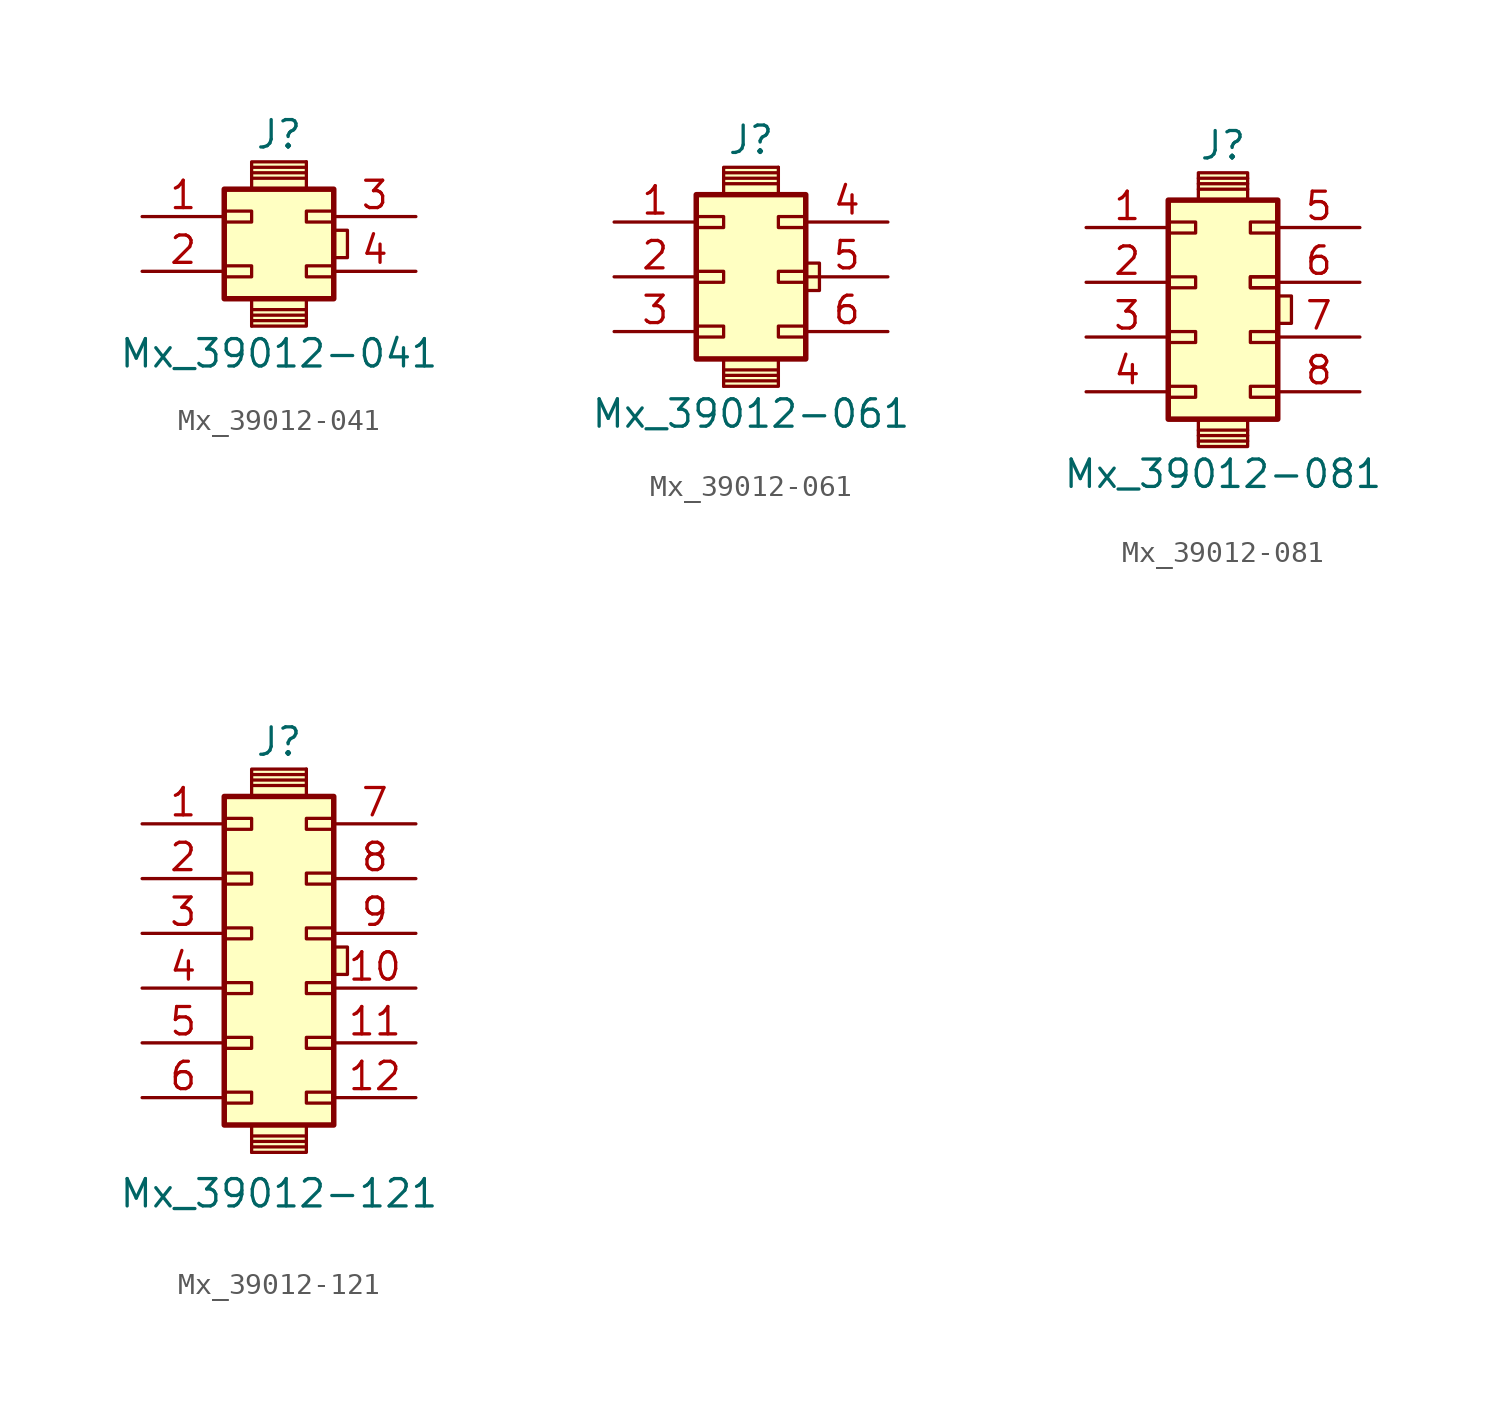
<source format=kicad_sym>
(kicad_symbol_lib
  (version 20220914)
  (generator kicad_symbol_editor)
  (symbol "Mx_39012-041"
    (pin_names
      (offset 1.016) hide)
    (property "Reference" "J"
      (at 0 5.08 0)
      (effects (font (size 1.27 1.27))))
    (property "Value" "Mx_39012-041"
      (at 0 -5.08 0)
      (effects (font (size 1.27 1.27))))
    (symbol "Mx_39012-041_0_1"
      (rectangle (start -2.54 -1.016) (end -1.27 -1.524) (stroke (width 0.152) (type default)) (fill (type none)))
      (rectangle (start -2.54 1.524) (end -1.27 1.016) (stroke (width 0.152) (type default)) (fill (type none)))
      (rectangle (start -1.27 -3.81) (end -1.27 -3.81) (stroke (width 0.152) (type default)) (fill (type none)))
      (rectangle (start -1.27 3.81) (end 1.27 2.54) (stroke (width 0.152) (type default)) (fill (type background)))
      (polyline (pts (xy -1.27 3.048) (xy 1.27 3.048)) (stroke (width 0.152) (type default)) (fill (type none)))
      (polyline (pts (xy -1.27 3.302) (xy 1.27 3.302)) (stroke (width 0.152) (type default)) (fill (type none)))
      (polyline (pts (xy -1.27 3.556) (xy 1.27 3.556)) (stroke (width 0.152) (type default)) (fill (type none)))
      (polyline (pts (xy 1.27 -3.556) (xy -1.27 -3.556)) (stroke (width 0.152) (type default)) (fill (type none)))
      (polyline (pts (xy 1.27 -3.302) (xy -1.27 -3.302)) (stroke (width 0.152) (type default)) (fill (type none)))
      (polyline (pts (xy 1.27 -3.048) (xy -1.27 -3.048)) (stroke (width 0.152) (type default)) (fill (type none)))
      (rectangle (start 1.27 -3.81) (end -1.27 -2.54) (stroke (width 0.152) (type default)) (fill (type background)))
      (rectangle (start 1.27 -1.016) (end 2.54 -1.524) (stroke (width 0.152) (type default)) (fill (type none)))
      (rectangle (start 1.27 1.524) (end 2.54 1.016) (stroke (width 0.152) (type default)) (fill (type none)))
      (rectangle (start 1.27 3.81) (end 1.27 3.81) (stroke (width 0.152) (type default)) (fill (type none)))
      (rectangle (start 2.54 -0.635) (end 3.175 0.635) (stroke (width 0) (type default)) (fill (type background))))
    (symbol "Mx_39012-041_1_1"
      (rectangle (start -2.54 2.54) (end 2.54 -2.54) (stroke (width 0.254) (type default)) (fill (type background)))
      (pin passive line (at -6.35 1.27 0) (length 3.81) (name "Pin_1" (effects (font (size 1.27 1.27)))) (number "1" (effects (font (size 1.27 1.27)))))
      (pin passive line (at -6.35 -1.27 0) (length 3.81) (name "Pin_2" (effects (font (size 1.27 1.27)))) (number "2" (effects (font (size 1.27 1.27)))))
      (pin passive line (at 6.35 1.27 180) (length 3.81) (name "Pin_3" (effects (font (size 1.27 1.27)))) (number "3" (effects (font (size 1.27 1.27)))))
      (pin passive line (at 6.35 -1.27 180) (length 3.81) (name "Pin_4" (effects (font (size 1.27 1.27)))) (number "4" (effects (font (size 1.27 1.27)))))))
  (symbol "Mx_39012-061"
    (pin_names
      (offset 1.016) hide)
    (property "Reference" "J"
      (at 0 6.35 0)
      (effects (font (size 1.27 1.27))))
    (property "Value" "Mx_39012-061"
      (at 0 -6.35 0)
      (effects (font (size 1.27 1.27))))
    (symbol "Mx_39012-061_0_1"
      (rectangle (start -2.54 -2.286) (end -1.27 -2.794) (stroke (width 0.152) (type default)) (fill (type none)))
      (rectangle (start -2.54 0.254) (end -1.27 -0.254) (stroke (width 0.152) (type default)) (fill (type none)))
      (rectangle (start -2.54 2.794) (end -1.27 2.286) (stroke (width 0.152) (type default)) (fill (type none)))
      (rectangle (start -1.27 -5.08) (end -1.27 -5.08) (stroke (width 0.152) (type default)) (fill (type none)))
      (rectangle (start -1.27 5.08) (end 1.27 3.81) (stroke (width 0.152) (type default)) (fill (type background)))
      (polyline (pts (xy -1.27 4.318) (xy 1.27 4.318)) (stroke (width 0.152) (type default)) (fill (type none)))
      (polyline (pts (xy -1.27 4.572) (xy 1.27 4.572)) (stroke (width 0.152) (type default)) (fill (type none)))
      (polyline (pts (xy -1.27 4.826) (xy 1.27 4.826)) (stroke (width 0.152) (type default)) (fill (type none)))
      (polyline (pts (xy 1.27 -4.826) (xy -1.27 -4.826)) (stroke (width 0.152) (type default)) (fill (type none)))
      (polyline (pts (xy 1.27 -4.572) (xy -1.27 -4.572)) (stroke (width 0.152) (type default)) (fill (type none)))
      (polyline (pts (xy 1.27 -4.318) (xy -1.27 -4.318)) (stroke (width 0.152) (type default)) (fill (type none)))
      (rectangle (start 1.27 -5.08) (end -1.27 -3.81) (stroke (width 0.152) (type default)) (fill (type background)))
      (rectangle (start 1.27 -2.286) (end 2.54 -2.794) (stroke (width 0.152) (type default)) (fill (type none)))
      (rectangle (start 1.27 0.254) (end 2.54 -0.254) (stroke (width 0.152) (type default)) (fill (type none)))
      (rectangle (start 1.27 2.794) (end 2.54 2.286) (stroke (width 0.152) (type default)) (fill (type none)))
      (rectangle (start 1.27 5.08) (end 1.27 5.08) (stroke (width 0.152) (type default)) (fill (type none)))
      (rectangle (start 2.54 -0.635) (end 3.175 0.635) (stroke (width 0) (type default)) (fill (type background))))
    (symbol "Mx_39012-061_1_1"
      (rectangle (start -2.54 3.81) (end 2.54 -3.81) (stroke (width 0.254) (type default)) (fill (type background)))
      (pin passive line (at -6.35 2.54 0) (length 3.81) (name "Pin_1" (effects (font (size 1.27 1.27)))) (number "1" (effects (font (size 1.27 1.27)))))
      (pin passive line (at -6.35 0 0) (length 3.81) (name "Pin_2" (effects (font (size 1.27 1.27)))) (number "2" (effects (font (size 1.27 1.27)))))
      (pin passive line (at -6.35 -2.54 0) (length 3.81) (name "Pin_3" (effects (font (size 1.27 1.27)))) (number "3" (effects (font (size 1.27 1.27)))))
      (pin passive line (at 6.35 2.54 180) (length 3.81) (name "Pin_4" (effects (font (size 1.27 1.27)))) (number "4" (effects (font (size 1.27 1.27)))))
      (pin passive line (at 6.35 0 180) (length 3.81) (name "Pin_5" (effects (font (size 1.27 1.27)))) (number "5" (effects (font (size 1.27 1.27)))))
      (pin passive line (at 6.35 -2.54 180) (length 3.81) (name "Pin_6" (effects (font (size 1.27 1.27)))) (number "6" (effects (font (size 1.27 1.27)))))))
  (symbol "Mx_39012-081"
    (pin_names
      (offset 1.016) hide)
    (property "Reference" "J"
      (at 0 7.62 0)
      (effects (font (size 1.27 1.27))))
    (property "Value" "Mx_39012-081"
      (at 0 -7.62 0)
      (effects (font (size 1.27 1.27))))
    (symbol "Mx_39012-081_0_1"
      (rectangle (start -1.143 5.08) (end 1.143 6.35) (stroke (width 0) (type default)) (fill (type background)))
      (polyline (pts (xy -1.143 5.588) (xy 1.143 5.588)) (stroke (width 0) (type default)) (fill (type none)))
      (polyline (pts (xy -1.143 5.842) (xy 1.143 5.842)) (stroke (width 0) (type default)) (fill (type none)))
      (polyline (pts (xy -1.143 6.096) (xy 1.143 6.096)) (stroke (width 0) (type default)) (fill (type none)))
      (rectangle (start 3.175 0.635) (end 2.54 -0.635) (stroke (width 0) (type default)) (fill (type background))))
    (symbol "Mx_39012-081_1_1"
      (rectangle (start -2.54 -3.556) (end -1.27 -4.064) (stroke (width 0) (type default)) (fill (type none)))
      (rectangle (start -2.54 -1.016) (end -1.27 -1.524) (stroke (width 0) (type default)) (fill (type none)))
      (rectangle (start -2.54 1.524) (end -1.27 1.016) (stroke (width 0) (type default)) (fill (type none)))
      (rectangle (start -2.54 4.064) (end -1.27 3.556) (stroke (width 0) (type default)) (fill (type none)))
      (rectangle (start -2.54 5.08) (end 2.54 -5.08) (stroke (width 0.254) (type default)) (fill (type background)))
      (polyline (pts (xy 1.143 -6.096) (xy -1.143 -6.096)) (stroke (width 0) (type default)) (fill (type none)))
      (polyline (pts (xy 1.143 -5.842) (xy -1.143 -5.842)) (stroke (width 0) (type default)) (fill (type none)))
      (polyline (pts (xy 1.143 -5.588) (xy -1.143 -5.588)) (stroke (width 0) (type default)) (fill (type none)))
      (rectangle (start 1.143 -5.08) (end -1.143 -6.35) (stroke (width 0) (type default)) (fill (type background)))
      (rectangle (start 1.27 -3.556) (end 2.54 -4.064) (stroke (width 0) (type default)) (fill (type none)))
      (rectangle (start 1.27 -1.016) (end 2.54 -1.524) (stroke (width 0) (type default)) (fill (type none)))
      (rectangle (start 1.27 1.524) (end 2.54 1.016) (stroke (width 0) (type default)) (fill (type none)))
      (rectangle (start 1.27 1.524) (end 2.54 1.016) (stroke (width 0) (type default)) (fill (type none)))
      (rectangle (start 1.27 4.064) (end 2.54 3.556) (stroke (width 0) (type default)) (fill (type none)))
      (pin passive line (at -6.35 3.81 0) (length 3.81) (name "Pin_1" (effects (font (size 1.27 1.27)))) (number "1" (effects (font (size 1.27 1.27)))))
      (pin passive line (at -6.35 1.27 0) (length 3.81) (name "Pin_2" (effects (font (size 1.27 1.27)))) (number "2" (effects (font (size 1.27 1.27)))))
      (pin passive line (at -6.35 -1.27 0) (length 3.81) (name "Pin_3" (effects (font (size 1.27 1.27)))) (number "3" (effects (font (size 1.27 1.27)))))
      (pin passive line (at -6.35 -3.81 0) (length 3.81) (name "Pin_4" (effects (font (size 1.27 1.27)))) (number "4" (effects (font (size 1.27 1.27)))))
      (pin passive line (at 6.35 3.81 180) (length 3.81) (name "Pin_5" (effects (font (size 1.27 1.27)))) (number "5" (effects (font (size 1.27 1.27)))))
      (pin passive line (at 6.35 1.27 180) (length 3.81) (name "Pin_6" (effects (font (size 1.27 1.27)))) (number "6" (effects (font (size 1.27 1.27)))))
      (pin passive line (at 6.35 -1.27 180) (length 3.81) (name "Pin_7" (effects (font (size 1.27 1.27)))) (number "7" (effects (font (size 1.27 1.27)))))
      (pin passive line (at 6.35 -3.81 180) (length 3.81) (name "Pin_8" (effects (font (size 1.27 1.27)))) (number "8" (effects (font (size 1.27 1.27)))))))
  (symbol "Mx_39012-121"
    (pin_names
      (offset 1.016) hide)
    (property "Reference" "J"
      (at 0 8.89 0)
      (effects (font (size 1.27 1.27))))
    (property "Value" "Mx_39012-121"
      (at 0 -12.065 0)
      (effects (font (size 1.27 1.27))))
    (symbol "Mx_39012-121_0_1"
      (rectangle (start -2.54 -7.366) (end -1.27 -7.874) (stroke (width 0.152) (type default)) (fill (type none)))
      (rectangle (start -2.54 -4.826) (end -1.27 -5.334) (stroke (width 0.152) (type default)) (fill (type none)))
      (rectangle (start -2.54 -2.286) (end -1.27 -2.794) (stroke (width 0.152) (type default)) (fill (type none)))
      (rectangle (start -2.54 0.254) (end -1.27 -0.254) (stroke (width 0.152) (type default)) (fill (type none)))
      (rectangle (start -2.54 2.794) (end -1.27 2.286) (stroke (width 0.152) (type default)) (fill (type none)))
      (rectangle (start -2.54 5.334) (end -1.27 4.826) (stroke (width 0.152) (type default)) (fill (type none)))
      (rectangle (start -1.27 -10.16) (end -1.27 -10.16) (stroke (width 0.152) (type default)) (fill (type none)))
      (rectangle (start -1.27 7.62) (end 1.27 6.35) (stroke (width 0.152) (type default)) (fill (type background)))
      (polyline (pts (xy -1.27 6.858) (xy 1.27 6.858)) (stroke (width 0.152) (type default)) (fill (type none)))
      (polyline (pts (xy -1.27 7.112) (xy 1.27 7.112)) (stroke (width 0.152) (type default)) (fill (type none)))
      (polyline (pts (xy -1.27 7.366) (xy 1.27 7.366)) (stroke (width 0.152) (type default)) (fill (type none)))
      (polyline (pts (xy 1.27 -9.906) (xy -1.27 -9.906)) (stroke (width 0.152) (type default)) (fill (type none)))
      (polyline (pts (xy 1.27 -9.652) (xy -1.27 -9.652)) (stroke (width 0.152) (type default)) (fill (type none)))
      (polyline (pts (xy 1.27 -9.398) (xy -1.27 -9.398)) (stroke (width 0.152) (type default)) (fill (type none)))
      (rectangle (start 1.27 -10.16) (end -1.27 -8.89) (stroke (width 0.152) (type default)) (fill (type background)))
      (rectangle (start 1.27 -7.366) (end 2.54 -7.874) (stroke (width 0.152) (type default)) (fill (type none)))
      (rectangle (start 1.27 -4.826) (end 2.54 -5.334) (stroke (width 0.152) (type default)) (fill (type none)))
      (rectangle (start 1.27 -2.286) (end 2.54 -2.794) (stroke (width 0.152) (type default)) (fill (type none)))
      (rectangle (start 1.27 0.254) (end 2.54 -0.254) (stroke (width 0.152) (type default)) (fill (type none)))
      (rectangle (start 1.27 2.794) (end 2.54 2.286) (stroke (width 0.152) (type default)) (fill (type none)))
      (rectangle (start 1.27 5.334) (end 2.54 4.826) (stroke (width 0.152) (type default)) (fill (type none)))
      (rectangle (start 1.27 7.62) (end 1.27 7.62) (stroke (width 0.152) (type default)) (fill (type none)))
      (rectangle (start 2.54 -1.905) (end 3.175 -0.635) (stroke (width 0) (type default)) (fill (type background))))
    (symbol "Mx_39012-121_1_1"
      (rectangle (start -2.54 6.35) (end 2.54 -8.89) (stroke (width 0.254) (type default)) (fill (type background)))
      (pin passive line (at -6.35 5.08 0) (length 3.81) (name "Pin_1" (effects (font (size 1.27 1.27)))) (number "1" (effects (font (size 1.27 1.27)))))
      (pin passive line (at 6.35 -2.54 180) (length 3.81) (name "Pin_10" (effects (font (size 1.27 1.27)))) (number "10" (effects (font (size 1.27 1.27)))))
      (pin passive line (at 6.35 -5.08 180) (length 3.81) (name "Pin_11" (effects (font (size 1.27 1.27)))) (number "11" (effects (font (size 1.27 1.27)))))
      (pin passive line (at 6.35 -7.62 180) (length 3.81) (name "Pin_12" (effects (font (size 1.27 1.27)))) (number "12" (effects (font (size 1.27 1.27)))))
      (pin passive line (at -6.35 2.54 0) (length 3.81) (name "Pin_2" (effects (font (size 1.27 1.27)))) (number "2" (effects (font (size 1.27 1.27)))))
      (pin passive line (at -6.35 0 0) (length 3.81) (name "Pin_3" (effects (font (size 1.27 1.27)))) (number "3" (effects (font (size 1.27 1.27)))))
      (pin passive line (at -6.35 -2.54 0) (length 3.81) (name "Pin_4" (effects (font (size 1.27 1.27)))) (number "4" (effects (font (size 1.27 1.27)))))
      (pin passive line (at -6.35 -5.08 0) (length 3.81) (name "Pin_5" (effects (font (size 1.27 1.27)))) (number "5" (effects (font (size 1.27 1.27)))))
      (pin passive line (at -6.35 -7.62 0) (length 3.81) (name "Pin_6" (effects (font (size 1.27 1.27)))) (number "6" (effects (font (size 1.27 1.27)))))
      (pin passive line (at 6.35 5.08 180) (length 3.81) (name "Pin_7" (effects (font (size 1.27 1.27)))) (number "7" (effects (font (size 1.27 1.27)))))
      (pin passive line (at 6.35 2.54 180) (length 3.81) (name "Pin_8" (effects (font (size 1.27 1.27)))) (number "8" (effects (font (size 1.27 1.27)))))
      (pin passive line (at 6.35 0 180) (length 3.81) (name "Pin_9" (effects (font (size 1.27 1.27)))) (number "9" (effects (font (size 1.27 1.27))))))))
</source>
